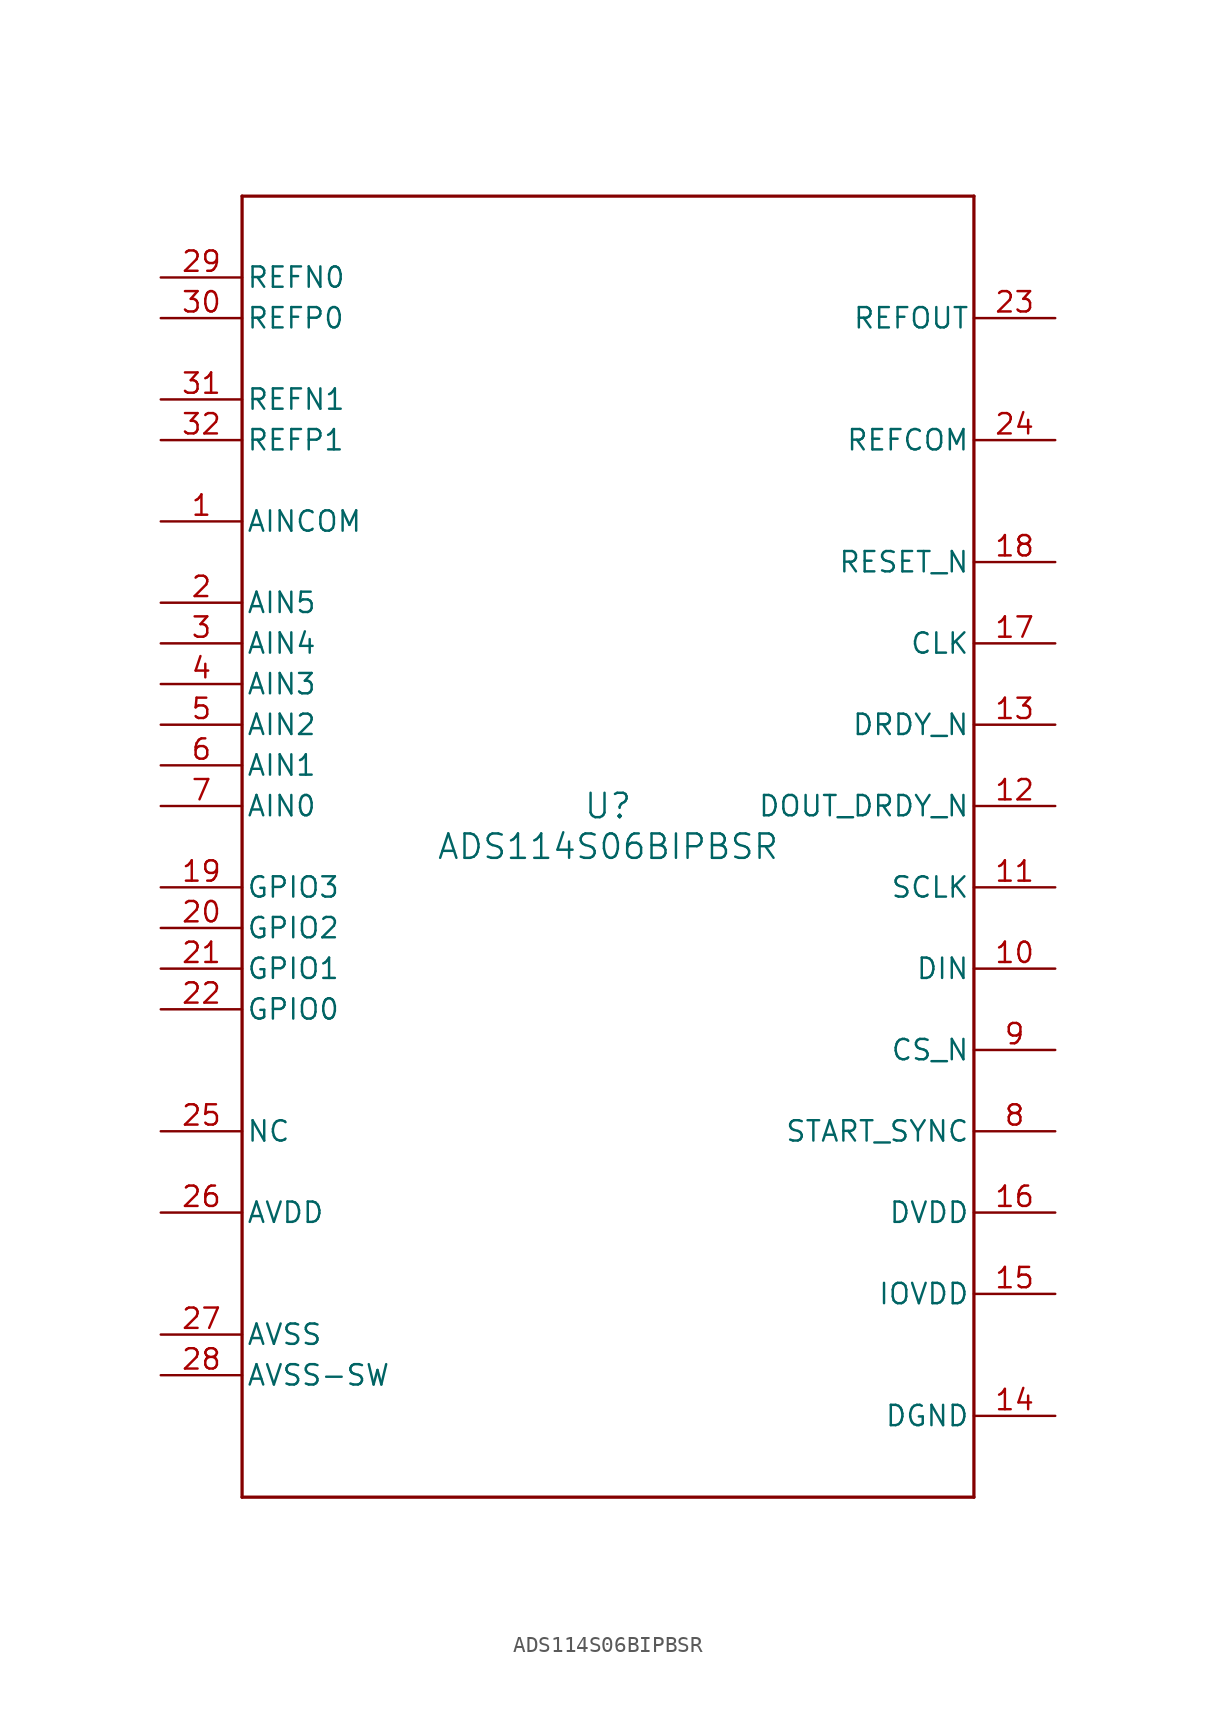
<source format=kicad_sym>
(kicad_symbol_lib
  (version 20211014)
  (generator kicad_symbol_editor)
  (symbol "ADS114S06BIPBSR"
    (pin_names
      (offset 0.254))
    (property "Reference" "U"
      (at 0 2.54 0)
      (effects (font (size 1.524 1.524))))
    (property "Value" "ADS114S06BIPBSR"
      (at 0 0 0)
      (effects (font (size 1.524 1.524))))
    (symbol "ADS114S06BIPBSR_0_1"
      (polyline (pts (xy -22.86 -40.64) (xy 22.86 -40.64)) (stroke (width 0.203) (type default) (color 0 0 0 0)) (fill (type none)))
      (polyline (pts (xy 22.86 -40.64) (xy 22.86 40.64)) (stroke (width 0.203) (type default) (color 0 0 0 0)) (fill (type none)))
      (polyline (pts (xy 22.86 40.64) (xy -22.86 40.64)) (stroke (width 0.203) (type default) (color 0 0 0 0)) (fill (type none)))
      (polyline (pts (xy -22.86 40.64) (xy -22.86 -40.64)) (stroke (width 0.203) (type default) (color 0 0 0 0)) (fill (type none)))
      (pin input line (at -27.94 20.32 0) (length 5.08) (name "AINCOM" (effects (font (size 1.27 1.27)))) (number "1" (effects (font (size 1.27 1.27)))))
      (pin input line (at -27.94 15.24 0) (length 5.08) (name "AIN5" (effects (font (size 1.27 1.27)))) (number "2" (effects (font (size 1.27 1.27)))))
      (pin input line (at -27.94 12.7 0) (length 5.08) (name "AIN4" (effects (font (size 1.27 1.27)))) (number "3" (effects (font (size 1.27 1.27)))))
      (pin input line (at -27.94 10.16 0) (length 5.08) (name "AIN3" (effects (font (size 1.27 1.27)))) (number "4" (effects (font (size 1.27 1.27)))))
      (pin input line (at -27.94 7.62 0) (length 5.08) (name "AIN2" (effects (font (size 1.27 1.27)))) (number "5" (effects (font (size 1.27 1.27)))))
      (pin input line (at -27.94 5.08 0) (length 5.08) (name "AIN1" (effects (font (size 1.27 1.27)))) (number "6" (effects (font (size 1.27 1.27)))))
      (pin input line (at -27.94 2.54 0) (length 5.08) (name "AIN0" (effects (font (size 1.27 1.27)))) (number "7" (effects (font (size 1.27 1.27)))))
      (pin input line (at 27.94 -17.78 180) (length 5.08) (name "START_SYNC" (effects (font (size 1.27 1.27)))) (number "8" (effects (font (size 1.27 1.27)))))
      (pin input line (at 27.94 -12.7 180) (length 5.08) (name "CS_N" (effects (font (size 1.27 1.27)))) (number "9" (effects (font (size 1.27 1.27)))))
      (pin input line (at 27.94 -7.62 180) (length 5.08) (name "DIN" (effects (font (size 1.27 1.27)))) (number "10" (effects (font (size 1.27 1.27)))))
      (pin input line (at 27.94 -2.54 180) (length 5.08) (name "SCLK" (effects (font (size 1.27 1.27)))) (number "11" (effects (font (size 1.27 1.27)))))
      (pin output line (at 27.94 2.54 180) (length 5.08) (name "DOUT_DRDY_N" (effects (font (size 1.27 1.27)))) (number "12" (effects (font (size 1.27 1.27)))))
      (pin output line (at 27.94 7.62 180) (length 5.08) (name "DRDY_N" (effects (font (size 1.27 1.27)))) (number "13" (effects (font (size 1.27 1.27)))))
      (pin power_in line (at 27.94 -35.56 180) (length 5.08) (name "DGND" (effects (font (size 1.27 1.27)))) (number "14" (effects (font (size 1.27 1.27)))))
      (pin power_in line (at 27.94 -27.94 180) (length 5.08) (name "IOVDD" (effects (font (size 1.27 1.27)))) (number "15" (effects (font (size 1.27 1.27)))))
      (pin power_in line (at 27.94 -22.86 180) (length 5.08) (name "DVDD" (effects (font (size 1.27 1.27)))) (number "16" (effects (font (size 1.27 1.27)))))
      (pin input line (at 27.94 12.7 180) (length 5.08) (name "CLK" (effects (font (size 1.27 1.27)))) (number "17" (effects (font (size 1.27 1.27)))))
      (pin input line (at 27.94 17.78 180) (length 5.08) (name "RESET_N" (effects (font (size 1.27 1.27)))) (number "18" (effects (font (size 1.27 1.27)))))
      (pin bidirectional line (at -27.94 -2.54 0) (length 5.08) (name "GPIO3" (effects (font (size 1.27 1.27)))) (number "19" (effects (font (size 1.27 1.27)))))
      (pin bidirectional line (at -27.94 -5.08 0) (length 5.08) (name "GPIO2" (effects (font (size 1.27 1.27)))) (number "20" (effects (font (size 1.27 1.27)))))
      (pin bidirectional line (at -27.94 -7.62 0) (length 5.08) (name "GPIO1" (effects (font (size 1.27 1.27)))) (number "21" (effects (font (size 1.27 1.27)))))
      (pin bidirectional line (at -27.94 -10.16 0) (length 5.08) (name "GPIO0" (effects (font (size 1.27 1.27)))) (number "22" (effects (font (size 1.27 1.27)))))
      (pin power_in line (at 27.94 33.02 180) (length 5.08) (name "REFOUT" (effects (font (size 1.27 1.27)))) (number "23" (effects (font (size 1.27 1.27)))))
      (pin power_in line (at 27.94 25.4 180) (length 5.08) (name "REFCOM" (effects (font (size 1.27 1.27)))) (number "24" (effects (font (size 1.27 1.27)))))
      (pin unspecified line (at -27.94 -17.78 0) (length 5.08) (name "NC" (effects (font (size 1.27 1.27)))) (number "25" (effects (font (size 1.27 1.27)))))
      (pin power_in line (at -27.94 -22.86 0) (length 5.08) (name "AVDD" (effects (font (size 1.27 1.27)))) (number "26" (effects (font (size 1.27 1.27)))))
      (pin power_in line (at -27.94 -30.48 0) (length 5.08) (name "AVSS" (effects (font (size 1.27 1.27)))) (number "27" (effects (font (size 1.27 1.27)))))
      (pin power_in line (at -27.94 -33.02 0) (length 5.08) (name "AVSS-SW" (effects (font (size 1.27 1.27)))) (number "28" (effects (font (size 1.27 1.27)))))
      (pin input line (at -27.94 35.56 0) (length 5.08) (name "REFN0" (effects (font (size 1.27 1.27)))) (number "29" (effects (font (size 1.27 1.27)))))
      (pin input line (at -27.94 33.02 0) (length 5.08) (name "REFP0" (effects (font (size 1.27 1.27)))) (number "30" (effects (font (size 1.27 1.27)))))
      (pin input line (at -27.94 27.94 0) (length 5.08) (name "REFN1" (effects (font (size 1.27 1.27)))) (number "31" (effects (font (size 1.27 1.27)))))
      (pin input line (at -27.94 25.4 0) (length 5.08) (name "REFP1" (effects (font (size 1.27 1.27)))) (number "32" (effects (font (size 1.27 1.27))))))))
</source>
